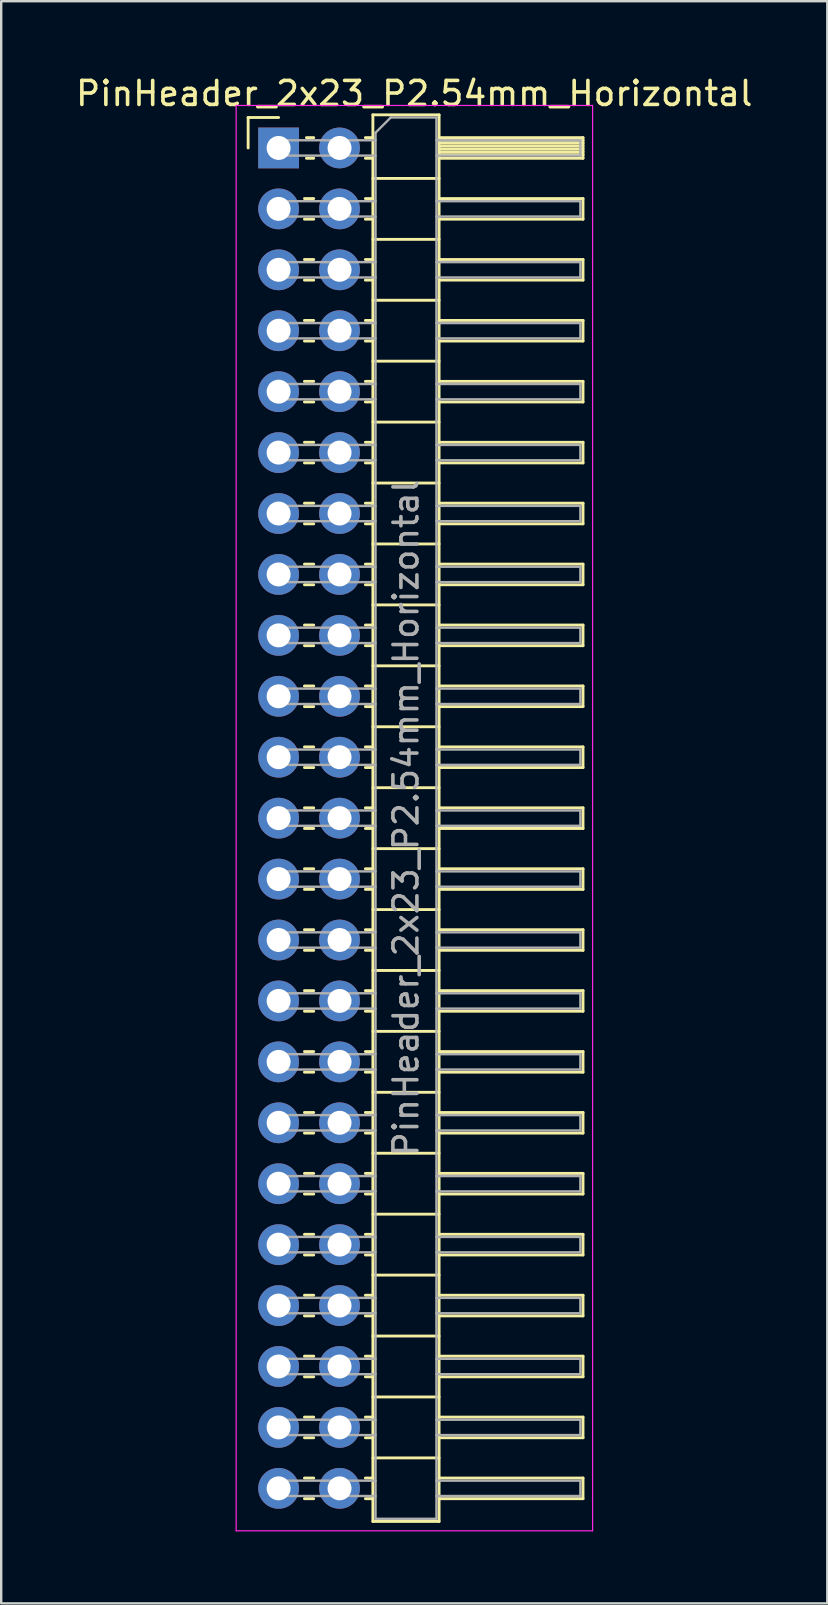
<source format=kicad_pcb>
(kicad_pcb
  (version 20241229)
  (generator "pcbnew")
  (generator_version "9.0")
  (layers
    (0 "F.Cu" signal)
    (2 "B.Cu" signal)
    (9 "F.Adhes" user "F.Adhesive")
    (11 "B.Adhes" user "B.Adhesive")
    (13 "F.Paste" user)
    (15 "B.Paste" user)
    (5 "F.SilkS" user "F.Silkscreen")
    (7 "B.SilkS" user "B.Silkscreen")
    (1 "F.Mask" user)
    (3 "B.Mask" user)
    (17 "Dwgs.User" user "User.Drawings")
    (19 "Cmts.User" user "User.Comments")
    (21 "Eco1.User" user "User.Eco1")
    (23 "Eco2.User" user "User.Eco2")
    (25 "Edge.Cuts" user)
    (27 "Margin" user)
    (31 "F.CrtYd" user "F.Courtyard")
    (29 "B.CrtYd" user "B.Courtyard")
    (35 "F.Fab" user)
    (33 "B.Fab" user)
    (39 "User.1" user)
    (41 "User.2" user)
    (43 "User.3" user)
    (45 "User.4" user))
  (footprint "PinHeader_2x23_P2.54mm_Horizontal"
    (layer "F.Cu")
    (at 8.565 3.118)
    (property "Reference" "PinHeader_2x23_P2.54mm_Horizontal" (at 5.655 -2.27 0) (layer "F.SilkS") (effects (font (size 1 1) (thickness 0.15))))
    (attr through_hole)
    (fp_line (start -1.27 -1.27) (end 0 -1.27) (stroke (width 0.12) (type solid)) (layer "F.SilkS"))
    (fp_line (start -1.27 0) (end -1.27 -1.27) (stroke (width 0.12) (type solid)) (layer "F.SilkS"))
    (fp_line (start 1.077 2.11) (end 1.463 2.11) (stroke (width 0.12) (type solid)) (layer "F.SilkS"))
    (fp_line (start 1.077 2.97) (end 1.463 2.97) (stroke (width 0.12) (type solid)) (layer "F.SilkS"))
    (fp_line (start 1.077 4.65) (end 1.463 4.65) (stroke (width 0.12) (type solid)) (layer "F.SilkS"))
    (fp_line (start 1.077 5.51) (end 1.463 5.51) (stroke (width 0.12) (type solid)) (layer "F.SilkS"))
    (fp_line (start 1.077 7.19) (end 1.463 7.19) (stroke (width 0.12) (type solid)) (layer "F.SilkS"))
    (fp_line (start 1.077 8.05) (end 1.463 8.05) (stroke (width 0.12) (type solid)) (layer "F.SilkS"))
    (fp_line (start 1.077 9.73) (end 1.463 9.73) (stroke (width 0.12) (type solid)) (layer "F.SilkS"))
    (fp_line (start 1.077 10.59) (end 1.463 10.59) (stroke (width 0.12) (type solid)) (layer "F.SilkS"))
    (fp_line (start 1.077 12.27) (end 1.463 12.27) (stroke (width 0.12) (type solid)) (layer "F.SilkS"))
    (fp_line (start 1.077 13.13) (end 1.463 13.13) (stroke (width 0.12) (type solid)) (layer "F.SilkS"))
    (fp_line (start 1.077 14.81) (end 1.463 14.81) (stroke (width 0.12) (type solid)) (layer "F.SilkS"))
    (fp_line (start 1.077 15.67) (end 1.463 15.67) (stroke (width 0.12) (type solid)) (layer "F.SilkS"))
    (fp_line (start 1.077 17.35) (end 1.463 17.35) (stroke (width 0.12) (type solid)) (layer "F.SilkS"))
    (fp_line (start 1.077 18.21) (end 1.463 18.21) (stroke (width 0.12) (type solid)) (layer "F.SilkS"))
    (fp_line (start 1.077 19.89) (end 1.463 19.89) (stroke (width 0.12) (type solid)) (layer "F.SilkS"))
    (fp_line (start 1.077 20.75) (end 1.463 20.75) (stroke (width 0.12) (type solid)) (layer "F.SilkS"))
    (fp_line (start 1.077 22.43) (end 1.463 22.43) (stroke (width 0.12) (type solid)) (layer "F.SilkS"))
    (fp_line (start 1.077 23.29) (end 1.463 23.29) (stroke (width 0.12) (type solid)) (layer "F.SilkS"))
    (fp_line (start 1.077 24.97) (end 1.463 24.97) (stroke (width 0.12) (type solid)) (layer "F.SilkS"))
    (fp_line (start 1.077 25.83) (end 1.463 25.83) (stroke (width 0.12) (type solid)) (layer "F.SilkS"))
    (fp_line (start 1.077 27.51) (end 1.463 27.51) (stroke (width 0.12) (type solid)) (layer "F.SilkS"))
    (fp_line (start 1.077 28.37) (end 1.463 28.37) (stroke (width 0.12) (type solid)) (layer "F.SilkS"))
    (fp_line (start 1.077 30.05) (end 1.463 30.05) (stroke (width 0.12) (type solid)) (layer "F.SilkS"))
    (fp_line (start 1.077 30.91) (end 1.463 30.91) (stroke (width 0.12) (type solid)) (layer "F.SilkS"))
    (fp_line (start 1.077 32.59) (end 1.463 32.59) (stroke (width 0.12) (type solid)) (layer "F.SilkS"))
    (fp_line (start 1.077 33.45) (end 1.463 33.45) (stroke (width 0.12) (type solid)) (layer "F.SilkS"))
    (fp_line (start 1.077 35.13) (end 1.463 35.13) (stroke (width 0.12) (type solid)) (layer "F.SilkS"))
    (fp_line (start 1.077 35.99) (end 1.463 35.99) (stroke (width 0.12) (type solid)) (layer "F.SilkS"))
    (fp_line (start 1.077 37.67) (end 1.463 37.67) (stroke (width 0.12) (type solid)) (layer "F.SilkS"))
    (fp_line (start 1.077 38.53) (end 1.463 38.53) (stroke (width 0.12) (type solid)) (layer "F.SilkS"))
    (fp_line (start 1.077 40.21) (end 1.463 40.21) (stroke (width 0.12) (type solid)) (layer "F.SilkS"))
    (fp_line (start 1.077 41.07) (end 1.463 41.07) (stroke (width 0.12) (type solid)) (layer "F.SilkS"))
    (fp_line (start 1.077 42.75) (end 1.463 42.75) (stroke (width 0.12) (type solid)) (layer "F.SilkS"))
    (fp_line (start 1.077 43.61) (end 1.463 43.61) (stroke (width 0.12) (type solid)) (layer "F.SilkS"))
    (fp_line (start 1.077 45.29) (end 1.463 45.29) (stroke (width 0.12) (type solid)) (layer "F.SilkS"))
    (fp_line (start 1.077 46.15) (end 1.463 46.15) (stroke (width 0.12) (type solid)) (layer "F.SilkS"))
    (fp_line (start 1.077 47.83) (end 1.463 47.83) (stroke (width 0.12) (type solid)) (layer "F.SilkS"))
    (fp_line (start 1.077 48.69) (end 1.463 48.69) (stroke (width 0.12) (type solid)) (layer "F.SilkS"))
    (fp_line (start 1.077 50.37) (end 1.463 50.37) (stroke (width 0.12) (type solid)) (layer "F.SilkS"))
    (fp_line (start 1.077 51.23) (end 1.463 51.23) (stroke (width 0.12) (type solid)) (layer "F.SilkS"))
    (fp_line (start 1.077 52.91) (end 1.463 52.91) (stroke (width 0.12) (type solid)) (layer "F.SilkS"))
    (fp_line (start 1.077 53.77) (end 1.463 53.77) (stroke (width 0.12) (type solid)) (layer "F.SilkS"))
    (fp_line (start 1.077 55.45) (end 1.463 55.45) (stroke (width 0.12) (type solid)) (layer "F.SilkS"))
    (fp_line (start 1.077 56.31) (end 1.463 56.31) (stroke (width 0.12) (type solid)) (layer "F.SilkS"))
    (fp_line (start 1.16 -0.43) (end 1.463 -0.43) (stroke (width 0.12) (type solid)) (layer "F.SilkS"))
    (fp_line (start 1.16 0.43) (end 1.463 0.43) (stroke (width 0.12) (type solid)) (layer "F.SilkS"))
    (fp_line (start 3.617 -0.43) (end 3.93 -0.43) (stroke (width 0.12) (type solid)) (layer "F.SilkS"))
    (fp_line (start 3.617 0.43) (end 3.93 0.43) (stroke (width 0.12) (type solid)) (layer "F.SilkS"))
    (fp_line (start 3.617 2.11) (end 3.93 2.11) (stroke (width 0.12) (type solid)) (layer "F.SilkS"))
    (fp_line (start 3.617 2.97) (end 3.93 2.97) (stroke (width 0.12) (type solid)) (layer "F.SilkS"))
    (fp_line (start 3.617 4.65) (end 3.93 4.65) (stroke (width 0.12) (type solid)) (layer "F.SilkS"))
    (fp_line (start 3.617 5.51) (end 3.93 5.51) (stroke (width 0.12) (type solid)) (layer "F.SilkS"))
    (fp_line (start 3.617 7.19) (end 3.93 7.19) (stroke (width 0.12) (type solid)) (layer "F.SilkS"))
    (fp_line (start 3.617 8.05) (end 3.93 8.05) (stroke (width 0.12) (type solid)) (layer "F.SilkS"))
    (fp_line (start 3.617 9.73) (end 3.93 9.73) (stroke (width 0.12) (type solid)) (layer "F.SilkS"))
    (fp_line (start 3.617 10.59) (end 3.93 10.59) (stroke (width 0.12) (type solid)) (layer "F.SilkS"))
    (fp_line (start 3.617 12.27) (end 3.93 12.27) (stroke (width 0.12) (type solid)) (layer "F.SilkS"))
    (fp_line (start 3.617 13.13) (end 3.93 13.13) (stroke (width 0.12) (type solid)) (layer "F.SilkS"))
    (fp_line (start 3.617 14.81) (end 3.93 14.81) (stroke (width 0.12) (type solid)) (layer "F.SilkS"))
    (fp_line (start 3.617 15.67) (end 3.93 15.67) (stroke (width 0.12) (type solid)) (layer "F.SilkS"))
    (fp_line (start 3.617 17.35) (end 3.93 17.35) (stroke (width 0.12) (type solid)) (layer "F.SilkS"))
    (fp_line (start 3.617 18.21) (end 3.93 18.21) (stroke (width 0.12) (type solid)) (layer "F.SilkS"))
    (fp_line (start 3.617 19.89) (end 3.93 19.89) (stroke (width 0.12) (type solid)) (layer "F.SilkS"))
    (fp_line (start 3.617 20.75) (end 3.93 20.75) (stroke (width 0.12) (type solid)) (layer "F.SilkS"))
    (fp_line (start 3.617 22.43) (end 3.93 22.43) (stroke (width 0.12) (type solid)) (layer "F.SilkS"))
    (fp_line (start 3.617 23.29) (end 3.93 23.29) (stroke (width 0.12) (type solid)) (layer "F.SilkS"))
    (fp_line (start 3.617 24.97) (end 3.93 24.97) (stroke (width 0.12) (type solid)) (layer "F.SilkS"))
    (fp_line (start 3.617 25.83) (end 3.93 25.83) (stroke (width 0.12) (type solid)) (layer "F.SilkS"))
    (fp_line (start 3.617 27.51) (end 3.93 27.51) (stroke (width 0.12) (type solid)) (layer "F.SilkS"))
    (fp_line (start 3.617 28.37) (end 3.93 28.37) (stroke (width 0.12) (type solid)) (layer "F.SilkS"))
    (fp_line (start 3.617 30.05) (end 3.93 30.05) (stroke (width 0.12) (type solid)) (layer "F.SilkS"))
    (fp_line (start 3.617 30.91) (end 3.93 30.91) (stroke (width 0.12) (type solid)) (layer "F.SilkS"))
    (fp_line (start 3.617 32.59) (end 3.93 32.59) (stroke (width 0.12) (type solid)) (layer "F.SilkS"))
    (fp_line (start 3.617 33.45) (end 3.93 33.45) (stroke (width 0.12) (type solid)) (layer "F.SilkS"))
    (fp_line (start 3.617 35.13) (end 3.93 35.13) (stroke (width 0.12) (type solid)) (layer "F.SilkS"))
    (fp_line (start 3.617 35.99) (end 3.93 35.99) (stroke (width 0.12) (type solid)) (layer "F.SilkS"))
    (fp_line (start 3.617 37.67) (end 3.93 37.67) (stroke (width 0.12) (type solid)) (layer "F.SilkS"))
    (fp_line (start 3.617 38.53) (end 3.93 38.53) (stroke (width 0.12) (type solid)) (layer "F.SilkS"))
    (fp_line (start 3.617 40.21) (end 3.93 40.21) (stroke (width 0.12) (type solid)) (layer "F.SilkS"))
    (fp_line (start 3.617 41.07) (end 3.93 41.07) (stroke (width 0.12) (type solid)) (layer "F.SilkS"))
    (fp_line (start 3.617 42.75) (end 3.93 42.75) (stroke (width 0.12) (type solid)) (layer "F.SilkS"))
    (fp_line (start 3.617 43.61) (end 3.93 43.61) (stroke (width 0.12) (type solid)) (layer "F.SilkS"))
    (fp_line (start 3.617 45.29) (end 3.93 45.29) (stroke (width 0.12) (type solid)) (layer "F.SilkS"))
    (fp_line (start 3.617 46.15) (end 3.93 46.15) (stroke (width 0.12) (type solid)) (layer "F.SilkS"))
    (fp_line (start 3.617 47.83) (end 3.93 47.83) (stroke (width 0.12) (type solid)) (layer "F.SilkS"))
    (fp_line (start 3.617 48.69) (end 3.93 48.69) (stroke (width 0.12) (type solid)) (layer "F.SilkS"))
    (fp_line (start 3.617 50.37) (end 3.93 50.37) (stroke (width 0.12) (type solid)) (layer "F.SilkS"))
    (fp_line (start 3.617 51.23) (end 3.93 51.23) (stroke (width 0.12) (type solid)) (layer "F.SilkS"))
    (fp_line (start 3.617 52.91) (end 3.93 52.91) (stroke (width 0.12) (type solid)) (layer "F.SilkS"))
    (fp_line (start 3.617 53.77) (end 3.93 53.77) (stroke (width 0.12) (type solid)) (layer "F.SilkS"))
    (fp_line (start 3.617 55.45) (end 3.93 55.45) (stroke (width 0.12) (type solid)) (layer "F.SilkS"))
    (fp_line (start 3.617 56.31) (end 3.93 56.31) (stroke (width 0.12) (type solid)) (layer "F.SilkS"))
    (fp_line (start 3.93 -1.38) (end 3.93 57.26) (stroke (width 0.12) (type solid)) (layer "F.SilkS"))
    (fp_line (start 3.93 1.27) (end 6.69 1.27) (stroke (width 0.12) (type solid)) (layer "F.SilkS"))
    (fp_line (start 3.93 3.81) (end 6.69 3.81) (stroke (width 0.12) (type solid)) (layer "F.SilkS"))
    (fp_line (start 3.93 6.35) (end 6.69 6.35) (stroke (width 0.12) (type solid)) (layer "F.SilkS"))
    (fp_line (start 3.93 8.89) (end 6.69 8.89) (stroke (width 0.12) (type solid)) (layer "F.SilkS"))
    (fp_line (start 3.93 11.43) (end 6.69 11.43) (stroke (width 0.12) (type solid)) (layer "F.SilkS"))
    (fp_line (start 3.93 13.97) (end 6.69 13.97) (stroke (width 0.12) (type solid)) (layer "F.SilkS"))
    (fp_line (start 3.93 16.51) (end 6.69 16.51) (stroke (width 0.12) (type solid)) (layer "F.SilkS"))
    (fp_line (start 3.93 19.05) (end 6.69 19.05) (stroke (width 0.12) (type solid)) (layer "F.SilkS"))
    (fp_line (start 3.93 21.59) (end 6.69 21.59) (stroke (width 0.12) (type solid)) (layer "F.SilkS"))
    (fp_line (start 3.93 24.13) (end 6.69 24.13) (stroke (width 0.12) (type solid)) (layer "F.SilkS"))
    (fp_line (start 3.93 26.67) (end 6.69 26.67) (stroke (width 0.12) (type solid)) (layer "F.SilkS"))
    (fp_line (start 3.93 29.21) (end 6.69 29.21) (stroke (width 0.12) (type solid)) (layer "F.SilkS"))
    (fp_line (start 3.93 31.75) (end 6.69 31.75) (stroke (width 0.12) (type solid)) (layer "F.SilkS"))
    (fp_line (start 3.93 34.29) (end 6.69 34.29) (stroke (width 0.12) (type solid)) (layer "F.SilkS"))
    (fp_line (start 3.93 36.83) (end 6.69 36.83) (stroke (width 0.12) (type solid)) (layer "F.SilkS"))
    (fp_line (start 3.93 39.37) (end 6.69 39.37) (stroke (width 0.12) (type solid)) (layer "F.SilkS"))
    (fp_line (start 3.93 41.91) (end 6.69 41.91) (stroke (width 0.12) (type solid)) (layer "F.SilkS"))
    (fp_line (start 3.93 44.45) (end 6.69 44.45) (stroke (width 0.12) (type solid)) (layer "F.SilkS"))
    (fp_line (start 3.93 46.99) (end 6.69 46.99) (stroke (width 0.12) (type solid)) (layer "F.SilkS"))
    (fp_line (start 3.93 49.53) (end 6.69 49.53) (stroke (width 0.12) (type solid)) (layer "F.SilkS"))
    (fp_line (start 3.93 52.07) (end 6.69 52.07) (stroke (width 0.12) (type solid)) (layer "F.SilkS"))
    (fp_line (start 3.93 54.61) (end 6.69 54.61) (stroke (width 0.12) (type solid)) (layer "F.SilkS"))
    (fp_line (start 3.93 57.26) (end 6.69 57.26) (stroke (width 0.12) (type solid)) (layer "F.SilkS"))
    (fp_line (start 6.69 -1.38) (end 3.93 -1.38) (stroke (width 0.12) (type solid)) (layer "F.SilkS"))
    (fp_line (start 6.69 -0.43) (end 12.69 -0.43) (stroke (width 0.12) (type solid)) (layer "F.SilkS"))
    (fp_line (start 6.69 -0.32) (end 12.69 -0.32) (stroke (width 0.12) (type solid)) (layer "F.SilkS"))
    (fp_line (start 6.69 -0.2) (end 12.69 -0.2) (stroke (width 0.12) (type solid)) (layer "F.SilkS"))
    (fp_line (start 6.69 -0.08) (end 12.69 -0.08) (stroke (width 0.12) (type solid)) (layer "F.SilkS"))
    (fp_line (start 6.69 0.04) (end 12.69 0.04) (stroke (width 0.12) (type solid)) (layer "F.SilkS"))
    (fp_line (start 6.69 0.16) (end 12.69 0.16) (stroke (width 0.12) (type solid)) (layer "F.SilkS"))
    (fp_line (start 6.69 0.28) (end 12.69 0.28) (stroke (width 0.12) (type solid)) (layer "F.SilkS"))
    (fp_line (start 6.69 2.11) (end 12.69 2.11) (stroke (width 0.12) (type solid)) (layer "F.SilkS"))
    (fp_line (start 6.69 4.65) (end 12.69 4.65) (stroke (width 0.12) (type solid)) (layer "F.SilkS"))
    (fp_line (start 6.69 7.19) (end 12.69 7.19) (stroke (width 0.12) (type solid)) (layer "F.SilkS"))
    (fp_line (start 6.69 9.73) (end 12.69 9.73) (stroke (width 0.12) (type solid)) (layer "F.SilkS"))
    (fp_line (start 6.69 12.27) (end 12.69 12.27) (stroke (width 0.12) (type solid)) (layer "F.SilkS"))
    (fp_line (start 6.69 14.81) (end 12.69 14.81) (stroke (width 0.12) (type solid)) (layer "F.SilkS"))
    (fp_line (start 6.69 17.35) (end 12.69 17.35) (stroke (width 0.12) (type solid)) (layer "F.SilkS"))
    (fp_line (start 6.69 19.89) (end 12.69 19.89) (stroke (width 0.12) (type solid)) (layer "F.SilkS"))
    (fp_line (start 6.69 22.43) (end 12.69 22.43) (stroke (width 0.12) (type solid)) (layer "F.SilkS"))
    (fp_line (start 6.69 24.97) (end 12.69 24.97) (stroke (width 0.12) (type solid)) (layer "F.SilkS"))
    (fp_line (start 6.69 27.51) (end 12.69 27.51) (stroke (width 0.12) (type solid)) (layer "F.SilkS"))
    (fp_line (start 6.69 30.05) (end 12.69 30.05) (stroke (width 0.12) (type solid)) (layer "F.SilkS"))
    (fp_line (start 6.69 32.59) (end 12.69 32.59) (stroke (width 0.12) (type solid)) (layer "F.SilkS"))
    (fp_line (start 6.69 35.13) (end 12.69 35.13) (stroke (width 0.12) (type solid)) (layer "F.SilkS"))
    (fp_line (start 6.69 37.67) (end 12.69 37.67) (stroke (width 0.12) (type solid)) (layer "F.SilkS"))
    (fp_line (start 6.69 40.21) (end 12.69 40.21) (stroke (width 0.12) (type solid)) (layer "F.SilkS"))
    (fp_line (start 6.69 42.75) (end 12.69 42.75) (stroke (width 0.12) (type solid)) (layer "F.SilkS"))
    (fp_line (start 6.69 45.29) (end 12.69 45.29) (stroke (width 0.12) (type solid)) (layer "F.SilkS"))
    (fp_line (start 6.69 47.83) (end 12.69 47.83) (stroke (width 0.12) (type solid)) (layer "F.SilkS"))
    (fp_line (start 6.69 50.37) (end 12.69 50.37) (stroke (width 0.12) (type solid)) (layer "F.SilkS"))
    (fp_line (start 6.69 52.91) (end 12.69 52.91) (stroke (width 0.12) (type solid)) (layer "F.SilkS"))
    (fp_line (start 6.69 55.45) (end 12.69 55.45) (stroke (width 0.12) (type solid)) (layer "F.SilkS"))
    (fp_line (start 6.69 57.26) (end 6.69 -1.38) (stroke (width 0.12) (type solid)) (layer "F.SilkS"))
    (fp_line (start 12.69 -0.43) (end 12.69 0.43) (stroke (width 0.12) (type solid)) (layer "F.SilkS"))
    (fp_line (start 12.69 0.43) (end 6.69 0.43) (stroke (width 0.12) (type solid)) (layer "F.SilkS"))
    (fp_line (start 12.69 2.11) (end 12.69 2.97) (stroke (width 0.12) (type solid)) (layer "F.SilkS"))
    (fp_line (start 12.69 2.97) (end 6.69 2.97) (stroke (width 0.12) (type solid)) (layer "F.SilkS"))
    (fp_line (start 12.69 4.65) (end 12.69 5.51) (stroke (width 0.12) (type solid)) (layer "F.SilkS"))
    (fp_line (start 12.69 5.51) (end 6.69 5.51) (stroke (width 0.12) (type solid)) (layer "F.SilkS"))
    (fp_line (start 12.69 7.19) (end 12.69 8.05) (stroke (width 0.12) (type solid)) (layer "F.SilkS"))
    (fp_line (start 12.69 8.05) (end 6.69 8.05) (stroke (width 0.12) (type solid)) (layer "F.SilkS"))
    (fp_line (start 12.69 9.73) (end 12.69 10.59) (stroke (width 0.12) (type solid)) (layer "F.SilkS"))
    (fp_line (start 12.69 10.59) (end 6.69 10.59) (stroke (width 0.12) (type solid)) (layer "F.SilkS"))
    (fp_line (start 12.69 12.27) (end 12.69 13.13) (stroke (width 0.12) (type solid)) (layer "F.SilkS"))
    (fp_line (start 12.69 13.13) (end 6.69 13.13) (stroke (width 0.12) (type solid)) (layer "F.SilkS"))
    (fp_line (start 12.69 14.81) (end 12.69 15.67) (stroke (width 0.12) (type solid)) (layer "F.SilkS"))
    (fp_line (start 12.69 15.67) (end 6.69 15.67) (stroke (width 0.12) (type solid)) (layer "F.SilkS"))
    (fp_line (start 12.69 17.35) (end 12.69 18.21) (stroke (width 0.12) (type solid)) (layer "F.SilkS"))
    (fp_line (start 12.69 18.21) (end 6.69 18.21) (stroke (width 0.12) (type solid)) (layer "F.SilkS"))
    (fp_line (start 12.69 19.89) (end 12.69 20.75) (stroke (width 0.12) (type solid)) (layer "F.SilkS"))
    (fp_line (start 12.69 20.75) (end 6.69 20.75) (stroke (width 0.12) (type solid)) (layer "F.SilkS"))
    (fp_line (start 12.69 22.43) (end 12.69 23.29) (stroke (width 0.12) (type solid)) (layer "F.SilkS"))
    (fp_line (start 12.69 23.29) (end 6.69 23.29) (stroke (width 0.12) (type solid)) (layer "F.SilkS"))
    (fp_line (start 12.69 24.97) (end 12.69 25.83) (stroke (width 0.12) (type solid)) (layer "F.SilkS"))
    (fp_line (start 12.69 25.83) (end 6.69 25.83) (stroke (width 0.12) (type solid)) (layer "F.SilkS"))
    (fp_line (start 12.69 27.51) (end 12.69 28.37) (stroke (width 0.12) (type solid)) (layer "F.SilkS"))
    (fp_line (start 12.69 28.37) (end 6.69 28.37) (stroke (width 0.12) (type solid)) (layer "F.SilkS"))
    (fp_line (start 12.69 30.05) (end 12.69 30.91) (stroke (width 0.12) (type solid)) (layer "F.SilkS"))
    (fp_line (start 12.69 30.91) (end 6.69 30.91) (stroke (width 0.12) (type solid)) (layer "F.SilkS"))
    (fp_line (start 12.69 32.59) (end 12.69 33.45) (stroke (width 0.12) (type solid)) (layer "F.SilkS"))
    (fp_line (start 12.69 33.45) (end 6.69 33.45) (stroke (width 0.12) (type solid)) (layer "F.SilkS"))
    (fp_line (start 12.69 35.13) (end 12.69 35.99) (stroke (width 0.12) (type solid)) (layer "F.SilkS"))
    (fp_line (start 12.69 35.99) (end 6.69 35.99) (stroke (width 0.12) (type solid)) (layer "F.SilkS"))
    (fp_line (start 12.69 37.67) (end 12.69 38.53) (stroke (width 0.12) (type solid)) (layer "F.SilkS"))
    (fp_line (start 12.69 38.53) (end 6.69 38.53) (stroke (width 0.12) (type solid)) (layer "F.SilkS"))
    (fp_line (start 12.69 40.21) (end 12.69 41.07) (stroke (width 0.12) (type solid)) (layer "F.SilkS"))
    (fp_line (start 12.69 41.07) (end 6.69 41.07) (stroke (width 0.12) (type solid)) (layer "F.SilkS"))
    (fp_line (start 12.69 42.75) (end 12.69 43.61) (stroke (width 0.12) (type solid)) (layer "F.SilkS"))
    (fp_line (start 12.69 43.61) (end 6.69 43.61) (stroke (width 0.12) (type solid)) (layer "F.SilkS"))
    (fp_line (start 12.69 45.29) (end 12.69 46.15) (stroke (width 0.12) (type solid)) (layer "F.SilkS"))
    (fp_line (start 12.69 46.15) (end 6.69 46.15) (stroke (width 0.12) (type solid)) (layer "F.SilkS"))
    (fp_line (start 12.69 47.83) (end 12.69 48.69) (stroke (width 0.12) (type solid)) (layer "F.SilkS"))
    (fp_line (start 12.69 48.69) (end 6.69 48.69) (stroke (width 0.12) (type solid)) (layer "F.SilkS"))
    (fp_line (start 12.69 50.37) (end 12.69 51.23) (stroke (width 0.12) (type solid)) (layer "F.SilkS"))
    (fp_line (start 12.69 51.23) (end 6.69 51.23) (stroke (width 0.12) (type solid)) (layer "F.SilkS"))
    (fp_line (start 12.69 52.91) (end 12.69 53.77) (stroke (width 0.12) (type solid)) (layer "F.SilkS"))
    (fp_line (start 12.69 53.77) (end 6.69 53.77) (stroke (width 0.12) (type solid)) (layer "F.SilkS"))
    (fp_line (start 12.69 55.45) (end 12.69 56.31) (stroke (width 0.12) (type solid)) (layer "F.SilkS"))
    (fp_line (start 12.69 56.31) (end 6.69 56.31) (stroke (width 0.12) (type solid)) (layer "F.SilkS"))
    (fp_line (start -1.77 -1.77) (end -1.77 57.65) (stroke (width 0.05) (type solid)) (layer "F.CrtYd"))
    (fp_line (start -1.77 57.65) (end 13.09 57.65) (stroke (width 0.05) (type solid)) (layer "F.CrtYd"))
    (fp_line (start 13.09 -1.77) (end -1.77 -1.77) (stroke (width 0.05) (type solid)) (layer "F.CrtYd"))
    (fp_line (start 13.09 57.65) (end 13.09 -1.77) (stroke (width 0.05) (type solid)) (layer "F.CrtYd"))
    (fp_line (start -0.32 -0.32) (end -0.32 0.32) (stroke (width 0.1) (type solid)) (layer "F.Fab"))
    (fp_line (start -0.32 -0.32) (end 4.04 -0.32) (stroke (width 0.1) (type solid)) (layer "F.Fab"))
    (fp_line (start -0.32 0.32) (end 4.04 0.32) (stroke (width 0.1) (type solid)) (layer "F.Fab"))
    (fp_line (start -0.32 2.22) (end -0.32 2.86) (stroke (width 0.1) (type solid)) (layer "F.Fab"))
    (fp_line (start -0.32 2.22) (end 4.04 2.22) (stroke (width 0.1) (type solid)) (layer "F.Fab"))
    (fp_line (start -0.32 2.86) (end 4.04 2.86) (stroke (width 0.1) (type solid)) (layer "F.Fab"))
    (fp_line (start -0.32 4.76) (end -0.32 5.4) (stroke (width 0.1) (type solid)) (layer "F.Fab"))
    (fp_line (start -0.32 4.76) (end 4.04 4.76) (stroke (width 0.1) (type solid)) (layer "F.Fab"))
    (fp_line (start -0.32 5.4) (end 4.04 5.4) (stroke (width 0.1) (type solid)) (layer "F.Fab"))
    (fp_line (start -0.32 7.3) (end -0.32 7.94) (stroke (width 0.1) (type solid)) (layer "F.Fab"))
    (fp_line (start -0.32 7.3) (end 4.04 7.3) (stroke (width 0.1) (type solid)) (layer "F.Fab"))
    (fp_line (start -0.32 7.94) (end 4.04 7.94) (stroke (width 0.1) (type solid)) (layer "F.Fab"))
    (fp_line (start -0.32 9.84) (end -0.32 10.48) (stroke (width 0.1) (type solid)) (layer "F.Fab"))
    (fp_line (start -0.32 9.84) (end 4.04 9.84) (stroke (width 0.1) (type solid)) (layer "F.Fab"))
    (fp_line (start -0.32 10.48) (end 4.04 10.48) (stroke (width 0.1) (type solid)) (layer "F.Fab"))
    (fp_line (start -0.32 12.38) (end -0.32 13.02) (stroke (width 0.1) (type solid)) (layer "F.Fab"))
    (fp_line (start -0.32 12.38) (end 4.04 12.38) (stroke (width 0.1) (type solid)) (layer "F.Fab"))
    (fp_line (start -0.32 13.02) (end 4.04 13.02) (stroke (width 0.1) (type solid)) (layer "F.Fab"))
    (fp_line (start -0.32 14.92) (end -0.32 15.56) (stroke (width 0.1) (type solid)) (layer "F.Fab"))
    (fp_line (start -0.32 14.92) (end 4.04 14.92) (stroke (width 0.1) (type solid)) (layer "F.Fab"))
    (fp_line (start -0.32 15.56) (end 4.04 15.56) (stroke (width 0.1) (type solid)) (layer "F.Fab"))
    (fp_line (start -0.32 17.46) (end -0.32 18.1) (stroke (width 0.1) (type solid)) (layer "F.Fab"))
    (fp_line (start -0.32 17.46) (end 4.04 17.46) (stroke (width 0.1) (type solid)) (layer "F.Fab"))
    (fp_line (start -0.32 18.1) (end 4.04 18.1) (stroke (width 0.1) (type solid)) (layer "F.Fab"))
    (fp_line (start -0.32 20) (end -0.32 20.64) (stroke (width 0.1) (type solid)) (layer "F.Fab"))
    (fp_line (start -0.32 20) (end 4.04 20) (stroke (width 0.1) (type solid)) (layer "F.Fab"))
    (fp_line (start -0.32 20.64) (end 4.04 20.64) (stroke (width 0.1) (type solid)) (layer "F.Fab"))
    (fp_line (start -0.32 22.54) (end -0.32 23.18) (stroke (width 0.1) (type solid)) (layer "F.Fab"))
    (fp_line (start -0.32 22.54) (end 4.04 22.54) (stroke (width 0.1) (type solid)) (layer "F.Fab"))
    (fp_line (start -0.32 23.18) (end 4.04 23.18) (stroke (width 0.1) (type solid)) (layer "F.Fab"))
    (fp_line (start -0.32 25.08) (end -0.32 25.72) (stroke (width 0.1) (type solid)) (layer "F.Fab"))
    (fp_line (start -0.32 25.08) (end 4.04 25.08) (stroke (width 0.1) (type solid)) (layer "F.Fab"))
    (fp_line (start -0.32 25.72) (end 4.04 25.72) (stroke (width 0.1) (type solid)) (layer "F.Fab"))
    (fp_line (start -0.32 27.62) (end -0.32 28.26) (stroke (width 0.1) (type solid)) (layer "F.Fab"))
    (fp_line (start -0.32 27.62) (end 4.04 27.62) (stroke (width 0.1) (type solid)) (layer "F.Fab"))
    (fp_line (start -0.32 28.26) (end 4.04 28.26) (stroke (width 0.1) (type solid)) (layer "F.Fab"))
    (fp_line (start -0.32 30.16) (end -0.32 30.8) (stroke (width 0.1) (type solid)) (layer "F.Fab"))
    (fp_line (start -0.32 30.16) (end 4.04 30.16) (stroke (width 0.1) (type solid)) (layer "F.Fab"))
    (fp_line (start -0.32 30.8) (end 4.04 30.8) (stroke (width 0.1) (type solid)) (layer "F.Fab"))
    (fp_line (start -0.32 32.7) (end -0.32 33.34) (stroke (width 0.1) (type solid)) (layer "F.Fab"))
    (fp_line (start -0.32 32.7) (end 4.04 32.7) (stroke (width 0.1) (type solid)) (layer "F.Fab"))
    (fp_line (start -0.32 33.34) (end 4.04 33.34) (stroke (width 0.1) (type solid)) (layer "F.Fab"))
    (fp_line (start -0.32 35.24) (end -0.32 35.88) (stroke (width 0.1) (type solid)) (layer "F.Fab"))
    (fp_line (start -0.32 35.24) (end 4.04 35.24) (stroke (width 0.1) (type solid)) (layer "F.Fab"))
    (fp_line (start -0.32 35.88) (end 4.04 35.88) (stroke (width 0.1) (type solid)) (layer "F.Fab"))
    (fp_line (start -0.32 37.78) (end -0.32 38.42) (stroke (width 0.1) (type solid)) (layer "F.Fab"))
    (fp_line (start -0.32 37.78) (end 4.04 37.78) (stroke (width 0.1) (type solid)) (layer "F.Fab"))
    (fp_line (start -0.32 38.42) (end 4.04 38.42) (stroke (width 0.1) (type solid)) (layer "F.Fab"))
    (fp_line (start -0.32 40.32) (end -0.32 40.96) (stroke (width 0.1) (type solid)) (layer "F.Fab"))
    (fp_line (start -0.32 40.32) (end 4.04 40.32) (stroke (width 0.1) (type solid)) (layer "F.Fab"))
    (fp_line (start -0.32 40.96) (end 4.04 40.96) (stroke (width 0.1) (type solid)) (layer "F.Fab"))
    (fp_line (start -0.32 42.86) (end -0.32 43.5) (stroke (width 0.1) (type solid)) (layer "F.Fab"))
    (fp_line (start -0.32 42.86) (end 4.04 42.86) (stroke (width 0.1) (type solid)) (layer "F.Fab"))
    (fp_line (start -0.32 43.5) (end 4.04 43.5) (stroke (width 0.1) (type solid)) (layer "F.Fab"))
    (fp_line (start -0.32 45.4) (end -0.32 46.04) (stroke (width 0.1) (type solid)) (layer "F.Fab"))
    (fp_line (start -0.32 45.4) (end 4.04 45.4) (stroke (width 0.1) (type solid)) (layer "F.Fab"))
    (fp_line (start -0.32 46.04) (end 4.04 46.04) (stroke (width 0.1) (type solid)) (layer "F.Fab"))
    (fp_line (start -0.32 47.94) (end -0.32 48.58) (stroke (width 0.1) (type solid)) (layer "F.Fab"))
    (fp_line (start -0.32 47.94) (end 4.04 47.94) (stroke (width 0.1) (type solid)) (layer "F.Fab"))
    (fp_line (start -0.32 48.58) (end 4.04 48.58) (stroke (width 0.1) (type solid)) (layer "F.Fab"))
    (fp_line (start -0.32 50.48) (end -0.32 51.12) (stroke (width 0.1) (type solid)) (layer "F.Fab"))
    (fp_line (start -0.32 50.48) (end 4.04 50.48) (stroke (width 0.1) (type solid)) (layer "F.Fab"))
    (fp_line (start -0.32 51.12) (end 4.04 51.12) (stroke (width 0.1) (type solid)) (layer "F.Fab"))
    (fp_line (start -0.32 53.02) (end -0.32 53.66) (stroke (width 0.1) (type solid)) (layer "F.Fab"))
    (fp_line (start -0.32 53.02) (end 4.04 53.02) (stroke (width 0.1) (type solid)) (layer "F.Fab"))
    (fp_line (start -0.32 53.66) (end 4.04 53.66) (stroke (width 0.1) (type solid)) (layer "F.Fab"))
    (fp_line (start -0.32 55.56) (end -0.32 56.2) (stroke (width 0.1) (type solid)) (layer "F.Fab"))
    (fp_line (start -0.32 55.56) (end 4.04 55.56) (stroke (width 0.1) (type solid)) (layer "F.Fab"))
    (fp_line (start -0.32 56.2) (end 4.04 56.2) (stroke (width 0.1) (type solid)) (layer "F.Fab"))
    (fp_line (start 4.04 -0.635) (end 4.675 -1.27) (stroke (width 0.1) (type solid)) (layer "F.Fab"))
    (fp_line (start 4.04 57.15) (end 4.04 -0.635) (stroke (width 0.1) (type solid)) (layer "F.Fab"))
    (fp_line (start 4.675 -1.27) (end 6.58 -1.27) (stroke (width 0.1) (type solid)) (layer "F.Fab"))
    (fp_line (start 6.58 -1.27) (end 6.58 57.15) (stroke (width 0.1) (type solid)) (layer "F.Fab"))
    (fp_line (start 6.58 -0.32) (end 12.58 -0.32) (stroke (width 0.1) (type solid)) (layer "F.Fab"))
    (fp_line (start 6.58 0.32) (end 12.58 0.32) (stroke (width 0.1) (type solid)) (layer "F.Fab"))
    (fp_line (start 6.58 2.22) (end 12.58 2.22) (stroke (width 0.1) (type solid)) (layer "F.Fab"))
    (fp_line (start 6.58 2.86) (end 12.58 2.86) (stroke (width 0.1) (type solid)) (layer "F.Fab"))
    (fp_line (start 6.58 4.76) (end 12.58 4.76) (stroke (width 0.1) (type solid)) (layer "F.Fab"))
    (fp_line (start 6.58 5.4) (end 12.58 5.4) (stroke (width 0.1) (type solid)) (layer "F.Fab"))
    (fp_line (start 6.58 7.3) (end 12.58 7.3) (stroke (width 0.1) (type solid)) (layer "F.Fab"))
    (fp_line (start 6.58 7.94) (end 12.58 7.94) (stroke (width 0.1) (type solid)) (layer "F.Fab"))
    (fp_line (start 6.58 9.84) (end 12.58 9.84) (stroke (width 0.1) (type solid)) (layer "F.Fab"))
    (fp_line (start 6.58 10.48) (end 12.58 10.48) (stroke (width 0.1) (type solid)) (layer "F.Fab"))
    (fp_line (start 6.58 12.38) (end 12.58 12.38) (stroke (width 0.1) (type solid)) (layer "F.Fab"))
    (fp_line (start 6.58 13.02) (end 12.58 13.02) (stroke (width 0.1) (type solid)) (layer "F.Fab"))
    (fp_line (start 6.58 14.92) (end 12.58 14.92) (stroke (width 0.1) (type solid)) (layer "F.Fab"))
    (fp_line (start 6.58 15.56) (end 12.58 15.56) (stroke (width 0.1) (type solid)) (layer "F.Fab"))
    (fp_line (start 6.58 17.46) (end 12.58 17.46) (stroke (width 0.1) (type solid)) (layer "F.Fab"))
    (fp_line (start 6.58 18.1) (end 12.58 18.1) (stroke (width 0.1) (type solid)) (layer "F.Fab"))
    (fp_line (start 6.58 20) (end 12.58 20) (stroke (width 0.1) (type solid)) (layer "F.Fab"))
    (fp_line (start 6.58 20.64) (end 12.58 20.64) (stroke (width 0.1) (type solid)) (layer "F.Fab"))
    (fp_line (start 6.58 22.54) (end 12.58 22.54) (stroke (width 0.1) (type solid)) (layer "F.Fab"))
    (fp_line (start 6.58 23.18) (end 12.58 23.18) (stroke (width 0.1) (type solid)) (layer "F.Fab"))
    (fp_line (start 6.58 25.08) (end 12.58 25.08) (stroke (width 0.1) (type solid)) (layer "F.Fab"))
    (fp_line (start 6.58 25.72) (end 12.58 25.72) (stroke (width 0.1) (type solid)) (layer "F.Fab"))
    (fp_line (start 6.58 27.62) (end 12.58 27.62) (stroke (width 0.1) (type solid)) (layer "F.Fab"))
    (fp_line (start 6.58 28.26) (end 12.58 28.26) (stroke (width 0.1) (type solid)) (layer "F.Fab"))
    (fp_line (start 6.58 30.16) (end 12.58 30.16) (stroke (width 0.1) (type solid)) (layer "F.Fab"))
    (fp_line (start 6.58 30.8) (end 12.58 30.8) (stroke (width 0.1) (type solid)) (layer "F.Fab"))
    (fp_line (start 6.58 32.7) (end 12.58 32.7) (stroke (width 0.1) (type solid)) (layer "F.Fab"))
    (fp_line (start 6.58 33.34) (end 12.58 33.34) (stroke (width 0.1) (type solid)) (layer "F.Fab"))
    (fp_line (start 6.58 35.24) (end 12.58 35.24) (stroke (width 0.1) (type solid)) (layer "F.Fab"))
    (fp_line (start 6.58 35.88) (end 12.58 35.88) (stroke (width 0.1) (type solid)) (layer "F.Fab"))
    (fp_line (start 6.58 37.78) (end 12.58 37.78) (stroke (width 0.1) (type solid)) (layer "F.Fab"))
    (fp_line (start 6.58 38.42) (end 12.58 38.42) (stroke (width 0.1) (type solid)) (layer "F.Fab"))
    (fp_line (start 6.58 40.32) (end 12.58 40.32) (stroke (width 0.1) (type solid)) (layer "F.Fab"))
    (fp_line (start 6.58 40.96) (end 12.58 40.96) (stroke (width 0.1) (type solid)) (layer "F.Fab"))
    (fp_line (start 6.58 42.86) (end 12.58 42.86) (stroke (width 0.1) (type solid)) (layer "F.Fab"))
    (fp_line (start 6.58 43.5) (end 12.58 43.5) (stroke (width 0.1) (type solid)) (layer "F.Fab"))
    (fp_line (start 6.58 45.4) (end 12.58 45.4) (stroke (width 0.1) (type solid)) (layer "F.Fab"))
    (fp_line (start 6.58 46.04) (end 12.58 46.04) (stroke (width 0.1) (type solid)) (layer "F.Fab"))
    (fp_line (start 6.58 47.94) (end 12.58 47.94) (stroke (width 0.1) (type solid)) (layer "F.Fab"))
    (fp_line (start 6.58 48.58) (end 12.58 48.58) (stroke (width 0.1) (type solid)) (layer "F.Fab"))
    (fp_line (start 6.58 50.48) (end 12.58 50.48) (stroke (width 0.1) (type solid)) (layer "F.Fab"))
    (fp_line (start 6.58 51.12) (end 12.58 51.12) (stroke (width 0.1) (type solid)) (layer "F.Fab"))
    (fp_line (start 6.58 53.02) (end 12.58 53.02) (stroke (width 0.1) (type solid)) (layer "F.Fab"))
    (fp_line (start 6.58 53.66) (end 12.58 53.66) (stroke (width 0.1) (type solid)) (layer "F.Fab"))
    (fp_line (start 6.58 55.56) (end 12.58 55.56) (stroke (width 0.1) (type solid)) (layer "F.Fab"))
    (fp_line (start 6.58 56.2) (end 12.58 56.2) (stroke (width 0.1) (type solid)) (layer "F.Fab"))
    (fp_line (start 6.58 57.15) (end 4.04 57.15) (stroke (width 0.1) (type solid)) (layer "F.Fab"))
    (fp_line (start 12.58 -0.32) (end 12.58 0.32) (stroke (width 0.1) (type solid)) (layer "F.Fab"))
    (fp_line (start 12.58 2.22) (end 12.58 2.86) (stroke (width 0.1) (type solid)) (layer "F.Fab"))
    (fp_line (start 12.58 4.76) (end 12.58 5.4) (stroke (width 0.1) (type solid)) (layer "F.Fab"))
    (fp_line (start 12.58 7.3) (end 12.58 7.94) (stroke (width 0.1) (type solid)) (layer "F.Fab"))
    (fp_line (start 12.58 9.84) (end 12.58 10.48) (stroke (width 0.1) (type solid)) (layer "F.Fab"))
    (fp_line (start 12.58 12.38) (end 12.58 13.02) (stroke (width 0.1) (type solid)) (layer "F.Fab"))
    (fp_line (start 12.58 14.92) (end 12.58 15.56) (stroke (width 0.1) (type solid)) (layer "F.Fab"))
    (fp_line (start 12.58 17.46) (end 12.58 18.1) (stroke (width 0.1) (type solid)) (layer "F.Fab"))
    (fp_line (start 12.58 20) (end 12.58 20.64) (stroke (width 0.1) (type solid)) (layer "F.Fab"))
    (fp_line (start 12.58 22.54) (end 12.58 23.18) (stroke (width 0.1) (type solid)) (layer "F.Fab"))
    (fp_line (start 12.58 25.08) (end 12.58 25.72) (stroke (width 0.1) (type solid)) (layer "F.Fab"))
    (fp_line (start 12.58 27.62) (end 12.58 28.26) (stroke (width 0.1) (type solid)) (layer "F.Fab"))
    (fp_line (start 12.58 30.16) (end 12.58 30.8) (stroke (width 0.1) (type solid)) (layer "F.Fab"))
    (fp_line (start 12.58 32.7) (end 12.58 33.34) (stroke (width 0.1) (type solid)) (layer "F.Fab"))
    (fp_line (start 12.58 35.24) (end 12.58 35.88) (stroke (width 0.1) (type solid)) (layer "F.Fab"))
    (fp_line (start 12.58 37.78) (end 12.58 38.42) (stroke (width 0.1) (type solid)) (layer "F.Fab"))
    (fp_line (start 12.58 40.32) (end 12.58 40.96) (stroke (width 0.1) (type solid)) (layer "F.Fab"))
    (fp_line (start 12.58 42.86) (end 12.58 43.5) (stroke (width 0.1) (type solid)) (layer "F.Fab"))
    (fp_line (start 12.58 45.4) (end 12.58 46.04) (stroke (width 0.1) (type solid)) (layer "F.Fab"))
    (fp_line (start 12.58 47.94) (end 12.58 48.58) (stroke (width 0.1) (type solid)) (layer "F.Fab"))
    (fp_line (start 12.58 50.48) (end 12.58 51.12) (stroke (width 0.1) (type solid)) (layer "F.Fab"))
    (fp_line (start 12.58 53.02) (end 12.58 53.66) (stroke (width 0.1) (type solid)) (layer "F.Fab"))
    (fp_line (start 12.58 55.56) (end 12.58 56.2) (stroke (width 0.1) (type solid)) (layer "F.Fab"))
    (fp_text user "${REFERENCE}" (at 5.31 27.94 90) (layer "F.Fab") (effects (font (size 1 1) (thickness 0.15))))
    (pad "1" thru_hole rect (at 0 0) (size 1.7 1.7) (drill 1) (layers "*.Cu" "*.Mask"))
    (pad "2" thru_hole circle (at 2.54 0) (size 1.7 1.7) (drill 1) (layers "*.Cu" "*.Mask"))
    (pad "3" thru_hole circle (at 0 2.54) (size 1.7 1.7) (drill 1) (layers "*.Cu" "*.Mask"))
    (pad "4" thru_hole circle (at 2.54 2.54) (size 1.7 1.7) (drill 1) (layers "*.Cu" "*.Mask"))
    (pad "5" thru_hole circle (at 0 5.08) (size 1.7 1.7) (drill 1) (layers "*.Cu" "*.Mask"))
    (pad "6" thru_hole circle (at 2.54 5.08) (size 1.7 1.7) (drill 1) (layers "*.Cu" "*.Mask"))
    (pad "7" thru_hole circle (at 0 7.62) (size 1.7 1.7) (drill 1) (layers "*.Cu" "*.Mask"))
    (pad "8" thru_hole circle (at 2.54 7.62) (size 1.7 1.7) (drill 1) (layers "*.Cu" "*.Mask"))
    (pad "9" thru_hole circle (at 0 10.16) (size 1.7 1.7) (drill 1) (layers "*.Cu" "*.Mask"))
    (pad "10" thru_hole circle (at 2.54 10.16) (size 1.7 1.7) (drill 1) (layers "*.Cu" "*.Mask"))
    (pad "11" thru_hole circle (at 0 12.7) (size 1.7 1.7) (drill 1) (layers "*.Cu" "*.Mask"))
    (pad "12" thru_hole circle (at 2.54 12.7) (size 1.7 1.7) (drill 1) (layers "*.Cu" "*.Mask"))
    (pad "13" thru_hole circle (at 0 15.24) (size 1.7 1.7) (drill 1) (layers "*.Cu" "*.Mask"))
    (pad "14" thru_hole circle (at 2.54 15.24) (size 1.7 1.7) (drill 1) (layers "*.Cu" "*.Mask"))
    (pad "15" thru_hole circle (at 0 17.78) (size 1.7 1.7) (drill 1) (layers "*.Cu" "*.Mask"))
    (pad "16" thru_hole circle (at 2.54 17.78) (size 1.7 1.7) (drill 1) (layers "*.Cu" "*.Mask"))
    (pad "17" thru_hole circle (at 0 20.32) (size 1.7 1.7) (drill 1) (layers "*.Cu" "*.Mask"))
    (pad "18" thru_hole circle (at 2.54 20.32) (size 1.7 1.7) (drill 1) (layers "*.Cu" "*.Mask"))
    (pad "19" thru_hole circle (at 0 22.86) (size 1.7 1.7) (drill 1) (layers "*.Cu" "*.Mask"))
    (pad "20" thru_hole circle (at 2.54 22.86) (size 1.7 1.7) (drill 1) (layers "*.Cu" "*.Mask"))
    (pad "21" thru_hole circle (at 0 25.4) (size 1.7 1.7) (drill 1) (layers "*.Cu" "*.Mask"))
    (pad "22" thru_hole circle (at 2.54 25.4) (size 1.7 1.7) (drill 1) (layers "*.Cu" "*.Mask"))
    (pad "23" thru_hole circle (at 0 27.94) (size 1.7 1.7) (drill 1) (layers "*.Cu" "*.Mask"))
    (pad "24" thru_hole circle (at 2.54 27.94) (size 1.7 1.7) (drill 1) (layers "*.Cu" "*.Mask"))
    (pad "25" thru_hole circle (at 0 30.48) (size 1.7 1.7) (drill 1) (layers "*.Cu" "*.Mask"))
    (pad "26" thru_hole circle (at 2.54 30.48) (size 1.7 1.7) (drill 1) (layers "*.Cu" "*.Mask"))
    (pad "27" thru_hole circle (at 0 33.02) (size 1.7 1.7) (drill 1) (layers "*.Cu" "*.Mask"))
    (pad "28" thru_hole circle (at 2.54 33.02) (size 1.7 1.7) (drill 1) (layers "*.Cu" "*.Mask"))
    (pad "29" thru_hole circle (at 0 35.56) (size 1.7 1.7) (drill 1) (layers "*.Cu" "*.Mask"))
    (pad "30" thru_hole circle (at 2.54 35.56) (size 1.7 1.7) (drill 1) (layers "*.Cu" "*.Mask"))
    (pad "31" thru_hole circle (at 0 38.1) (size 1.7 1.7) (drill 1) (layers "*.Cu" "*.Mask"))
    (pad "32" thru_hole circle (at 2.54 38.1) (size 1.7 1.7) (drill 1) (layers "*.Cu" "*.Mask"))
    (pad "33" thru_hole circle (at 0 40.64) (size 1.7 1.7) (drill 1) (layers "*.Cu" "*.Mask"))
    (pad "34" thru_hole circle (at 2.54 40.64) (size 1.7 1.7) (drill 1) (layers "*.Cu" "*.Mask"))
    (pad "35" thru_hole circle (at 0 43.18) (size 1.7 1.7) (drill 1) (layers "*.Cu" "*.Mask"))
    (pad "36" thru_hole circle (at 2.54 43.18) (size 1.7 1.7) (drill 1) (layers "*.Cu" "*.Mask"))
    (pad "37" thru_hole circle (at 0 45.72) (size 1.7 1.7) (drill 1) (layers "*.Cu" "*.Mask"))
    (pad "38" thru_hole circle (at 2.54 45.72) (size 1.7 1.7) (drill 1) (layers "*.Cu" "*.Mask"))
    (pad "39" thru_hole circle (at 0 48.26) (size 1.7 1.7) (drill 1) (layers "*.Cu" "*.Mask"))
    (pad "40" thru_hole circle (at 2.54 48.26) (size 1.7 1.7) (drill 1) (layers "*.Cu" "*.Mask"))
    (pad "41" thru_hole circle (at 0 50.8) (size 1.7 1.7) (drill 1) (layers "*.Cu" "*.Mask"))
    (pad "42" thru_hole circle (at 2.54 50.8) (size 1.7 1.7) (drill 1) (layers "*.Cu" "*.Mask"))
    (pad "43" thru_hole circle (at 0 53.34) (size 1.7 1.7) (drill 1) (layers "*.Cu" "*.Mask"))
    (pad "44" thru_hole circle (at 2.54 53.34) (size 1.7 1.7) (drill 1) (layers "*.Cu" "*.Mask"))
    (pad "45" thru_hole circle (at 0 55.88) (size 1.7 1.7) (drill 1) (layers "*.Cu" "*.Mask"))
    (pad "46" thru_hole circle (at 2.54 55.88) (size 1.7 1.7) (drill 1) (layers "*.Cu" "*.Mask")))
  (gr_rect
    (start -3 -3)
    (end 31.44 63.793)
    (stroke (width 0.1) (type default))
    (fill no)
    (layer "Edge.Cuts")))
</source>
